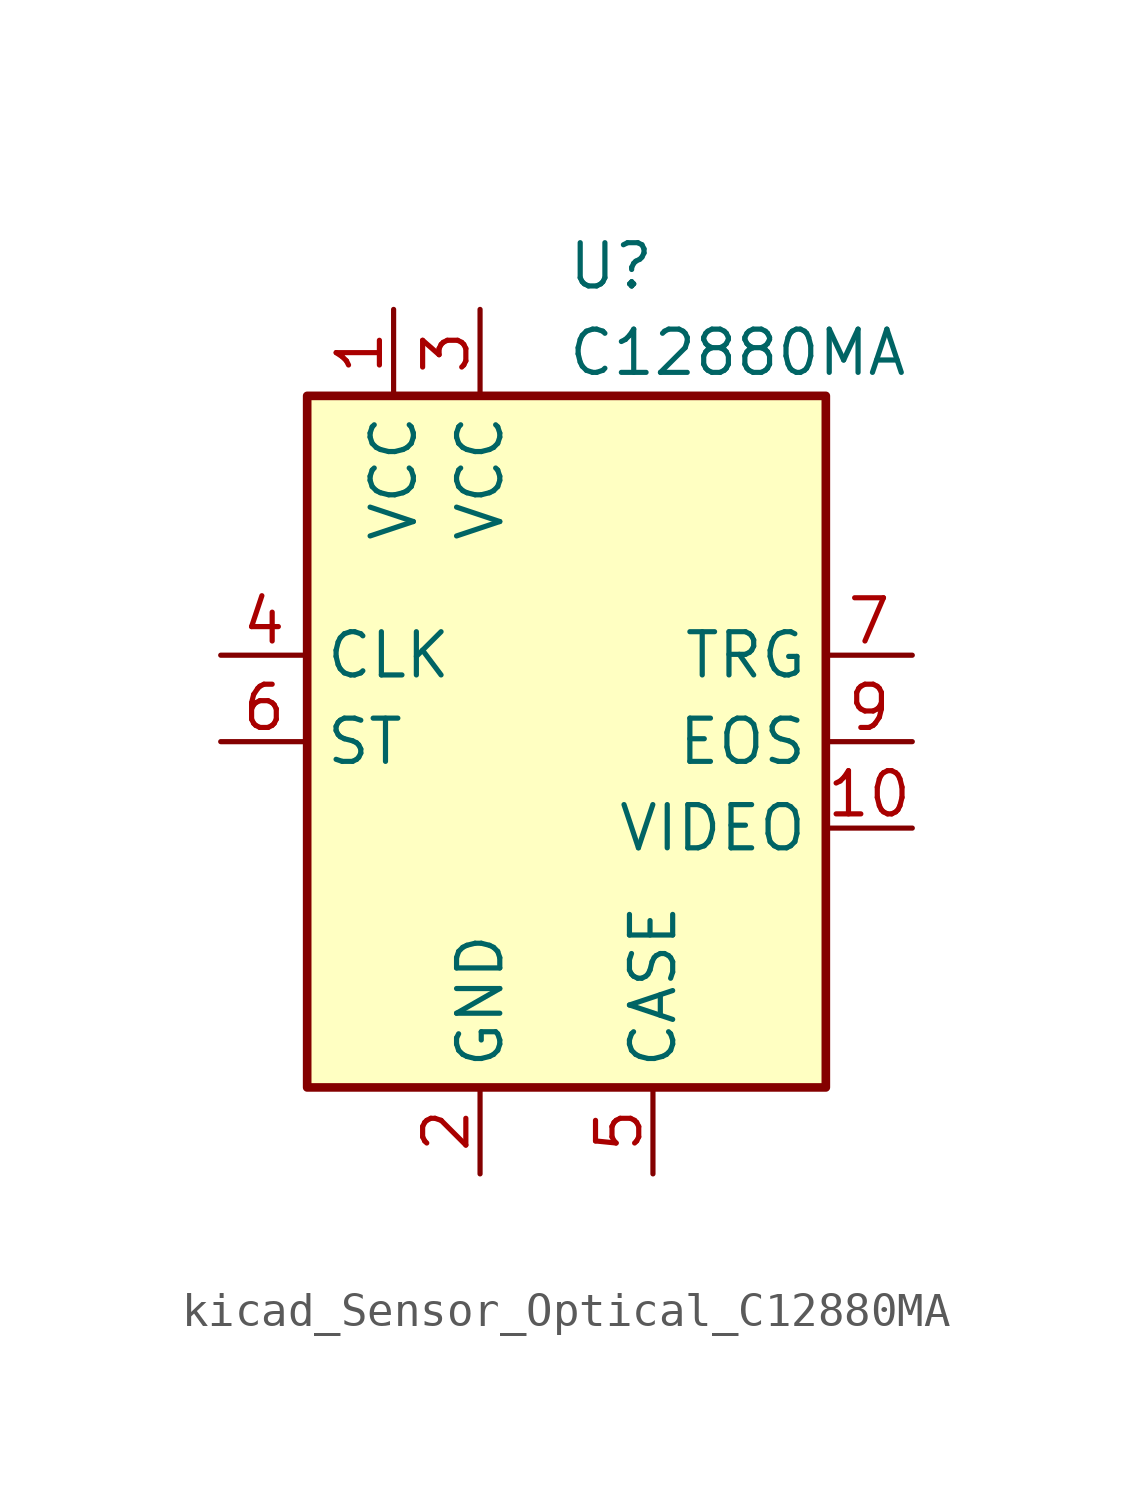
<source format=kicad_sym>
(kicad_symbol_lib
  (version 20220914)
  (generator kicad_symbol_editor)
  (symbol "kicad_Sensor_Optical_C12880MA"
    (property "Reference" "U"
      (at 0 13.97 0)
      (effects (font (size 1.27 1.27)) (justify left)))
    (property "Value" "C12880MA"
      (at 0 11.43 0)
      (effects (font (size 1.27 1.27)) (justify left)))
    (symbol "kicad_Sensor_Optical_C12880MA_0_1"
      (rectangle (start -7.62 10.16) (end 7.62 -10.16) (stroke (width 0.254) (type default)) (fill (type background))))
    (symbol "kicad_Sensor_Optical_C12880MA_1_1"
      (pin power_in line (at -5.08 12.7 270) (length 2.54) (name "VCC" (effects (font (size 1.27 1.27)))) (number "1" (effects (font (size 1.27 1.27)))))
      (pin output line (at 10.16 -2.54 180) (length 2.54) (name "VIDEO" (effects (font (size 1.27 1.27)))) (number "10" (effects (font (size 1.27 1.27)))))
      (pin power_in line (at -2.54 -12.7 90) (length 2.54) (name "GND" (effects (font (size 1.27 1.27)))) (number "2" (effects (font (size 1.27 1.27)))))
      (pin power_in line (at -2.54 12.7 270) (length 2.54) (name "VCC" (effects (font (size 1.27 1.27)))) (number "3" (effects (font (size 1.27 1.27)))))
      (pin input line (at -10.16 2.54 0) (length 2.54) (name "CLK" (effects (font (size 1.27 1.27)))) (number "4" (effects (font (size 1.27 1.27)))))
      (pin passive line (at 2.54 -12.7 90) (length 2.54) (name "CASE" (effects (font (size 1.27 1.27)))) (number "5" (effects (font (size 1.27 1.27)))))
      (pin input line (at -10.16 0 0) (length 2.54) (name "ST" (effects (font (size 1.27 1.27)))) (number "6" (effects (font (size 1.27 1.27)))))
      (pin output line (at 10.16 2.54 180) (length 2.54) (name "TRG" (effects (font (size 1.27 1.27)))) (number "7" (effects (font (size 1.27 1.27)))))
      (pin no_connect line (at -7.62 -2.54 0) (length 2.54) hide (name "NC" (effects (font (size 1.27 1.27)))) (number "8" (effects (font (size 1.27 1.27)))))
      (pin output line (at 10.16 0 180) (length 2.54) (name "EOS" (effects (font (size 1.27 1.27)))) (number "9" (effects (font (size 1.27 1.27))))))))
</source>
